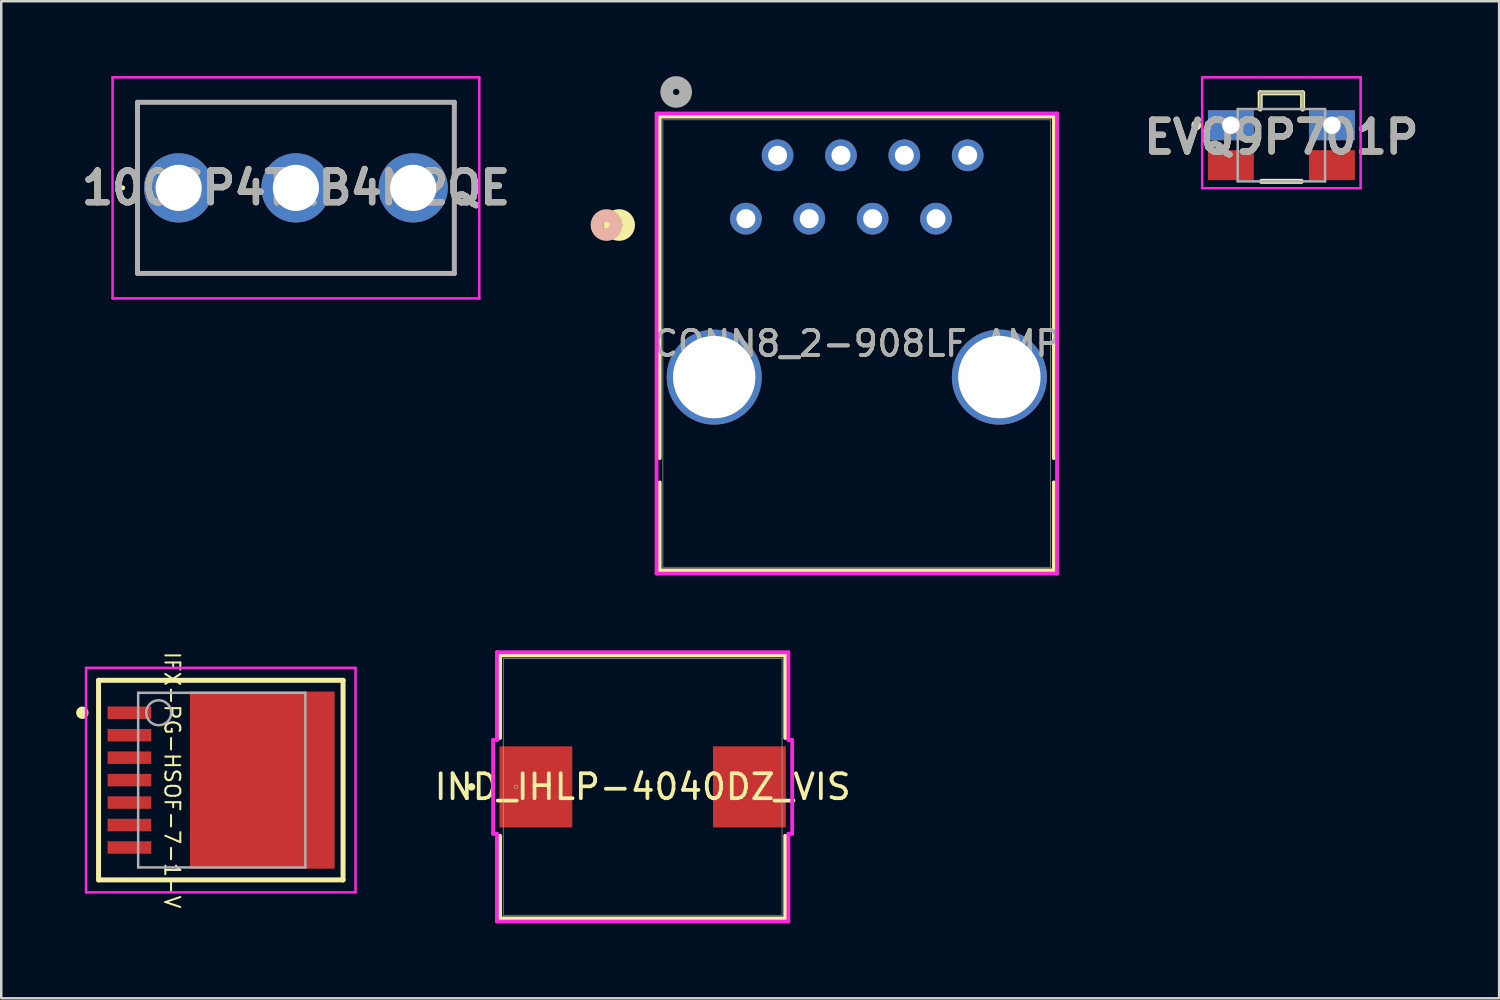
<source format=kicad_pcb>
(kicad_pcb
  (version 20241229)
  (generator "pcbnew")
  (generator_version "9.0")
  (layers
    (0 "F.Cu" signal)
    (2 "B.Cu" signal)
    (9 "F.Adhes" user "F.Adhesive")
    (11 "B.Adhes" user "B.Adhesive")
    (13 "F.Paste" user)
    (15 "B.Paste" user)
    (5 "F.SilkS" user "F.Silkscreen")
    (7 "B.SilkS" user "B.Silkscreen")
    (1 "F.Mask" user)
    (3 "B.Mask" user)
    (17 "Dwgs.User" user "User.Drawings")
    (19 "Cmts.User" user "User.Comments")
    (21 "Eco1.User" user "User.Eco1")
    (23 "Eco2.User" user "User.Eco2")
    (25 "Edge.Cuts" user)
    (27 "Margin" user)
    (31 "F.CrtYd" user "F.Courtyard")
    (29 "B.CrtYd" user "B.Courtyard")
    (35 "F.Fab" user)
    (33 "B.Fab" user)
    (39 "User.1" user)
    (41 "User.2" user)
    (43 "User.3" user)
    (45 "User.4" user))
  (footprint "IFX-PG-HSOF-7-1-V"
    (layer "F.Cu")
    (at 4.8 28.218)
    (property "Reference" "IFX-PG-HSOF-7-1-V" (at -0.95 0 270) (unlocked yes) (layer "F.SilkS") (effects (font (size 0.6 0.6) (thickness 0.08))))
    (fp_poly (pts (xy -0.237 -3.3) (xy 2.462 -3.3) (xy 2.462 -3) (xy 4.312 -3) (xy 4.312 -3.55) (xy 5.562 -3.55) (xy 5.562 3.55) (xy 4.312 3.55) (xy 4.312 3) (xy 2.462 3) (xy 2.462 3.3) (xy -0.237 3.3)) (stroke (width 0) (type default)) (fill yes) (layer "F.Mask"))
    (fp_line (start -3.9 -4) (end 5.9 -4) (stroke (width 0.2) (type solid)) (layer "F.SilkS"))
    (fp_line (start -3.9 4) (end -3.9 -4) (stroke (width 0.2) (type solid)) (layer "F.SilkS"))
    (fp_line (start -3.9 4) (end 5.9 4) (stroke (width 0.2) (type solid)) (layer "F.SilkS"))
    (fp_line (start 5.9 4) (end 5.9 -4) (stroke (width 0.2) (type solid)) (layer "F.SilkS"))
    (fp_circle (center -4.55 -2.7) (end -4.55 -2.825) (stroke (width 0.25) (type solid)) (fill no) (layer "F.SilkS"))
    (fp_poly (pts (xy -3.462 -2.9) (xy -1.863 -2.9) (xy -1.863 -2.5) (xy -3.462 -2.5)) (stroke (width 0) (type default)) (fill yes) (layer "F.Paste"))
    (fp_poly (pts (xy -3.462 -2) (xy -1.863 -2) (xy -1.863 -1.6) (xy -3.462 -1.6)) (stroke (width 0) (type default)) (fill yes) (layer "F.Paste"))
    (fp_poly (pts (xy -3.462 -1.1) (xy -1.863 -1.1) (xy -1.863 -0.7) (xy -3.462 -0.7)) (stroke (width 0) (type default)) (fill yes) (layer "F.Paste"))
    (fp_poly (pts (xy -3.462 -0.2) (xy -1.863 -0.2) (xy -1.863 0.2) (xy -3.462 0.2)) (stroke (width 0) (type default)) (fill yes) (layer "F.Paste"))
    (fp_poly (pts (xy -3.462 0.7) (xy -1.863 0.7) (xy -1.863 1.1) (xy -3.462 1.1)) (stroke (width 0) (type default)) (fill yes) (layer "F.Paste"))
    (fp_poly (pts (xy -3.462 1.6) (xy -1.863 1.6) (xy -1.863 2) (xy -3.462 2)) (stroke (width 0) (type default)) (fill yes) (layer "F.Paste"))
    (fp_poly (pts (xy -3.462 2.5) (xy -1.863 2.5) (xy -1.863 2.9) (xy -3.462 2.9)) (stroke (width 0) (type default)) (fill yes) (layer "F.Paste"))
    (fp_poly (pts (xy 0.938 -0.2) (xy 0.938 -3.2) (xy -0.062 -3.2) (xy -0.062 -0.2)) (stroke (width 0) (type default)) (fill yes) (layer "F.Paste"))
    (fp_poly (pts (xy 0.938 0.2) (xy 0.938 3.2) (xy -0.062 3.2) (xy -0.062 0.2)) (stroke (width 0) (type default)) (fill yes) (layer "F.Paste"))
    (fp_poly (pts (xy 2.438 -0.2) (xy 2.438 -3.2) (xy 1.438 -3.2) (xy 1.438 -0.2)) (stroke (width 0) (type default)) (fill yes) (layer "F.Paste"))
    (fp_poly (pts (xy 2.438 0.2) (xy 2.438 3.2) (xy 1.438 3.2) (xy 1.438 0.2)) (stroke (width 0) (type default)) (fill yes) (layer "F.Paste"))
    (fp_poly (pts (xy 3.938 0.2) (xy 3.938 2.9) (xy 2.938 2.9) (xy 2.938 0.2)) (stroke (width 0) (type default)) (fill yes) (layer "F.Paste"))
    (fp_poly (pts (xy 3.938 -0.2) (xy 3.938 -2.9) (xy 2.938 -2.9) (xy 2.938 -0.2)) (stroke (width 0) (type default)) (fill yes) (layer "F.Paste"))
    (fp_poly (pts (xy 5.438 -3.45) (xy 4.438 -3.45) (xy 4.438 -0.2) (xy 5.438 -0.2)) (stroke (width 0) (type default)) (fill yes) (layer "F.Paste"))
    (fp_poly (pts (xy 5.438 3.45) (xy 4.438 3.45) (xy 4.438 0.2) (xy 5.438 0.2)) (stroke (width 0) (type default)) (fill yes) (layer "F.Paste"))
    (fp_line (start -4.4 -4.5) (end 6.4 -4.5) (stroke (width 0.1) (type solid)) (layer "F.CrtYd"))
    (fp_line (start -4.4 4.5) (end -4.4 -4.5) (stroke (width 0.1) (type solid)) (layer "F.CrtYd"))
    (fp_line (start -4.4 4.5) (end 6.4 4.5) (stroke (width 0.1) (type solid)) (layer "F.CrtYd"))
    (fp_line (start 6.4 4.5) (end 6.4 -4.5) (stroke (width 0.1) (type solid)) (layer "F.CrtYd"))
    (fp_line (start -2.312 -3.5) (end 4.388 -3.5) (stroke (width 0.1) (type solid)) (layer "F.Fab"))
    (fp_line (start -2.312 3.5) (end -2.312 -3.5) (stroke (width 0.1) (type solid)) (layer "F.Fab"))
    (fp_line (start -2.312 3.5) (end 4.388 3.5) (stroke (width 0.1) (type solid)) (layer "F.Fab"))
    (fp_line (start 4.388 3.5) (end 4.388 -3.5) (stroke (width 0.1) (type solid)) (layer "F.Fab"))
    (fp_circle (center -1.488 -2.7) (end -0.988 -2.7) (stroke (width 0.1) (type solid)) (fill no) (layer "F.Fab"))
    (fp_rect (start -3.5 -3.65) (end 5.65 3.65) (stroke (width 0.1) (type default)) (fill no) (layer "User.7"))
    (fp_circle (center -1.488 -2.7) (end -0.988 -2.7) (stroke (width 0.1) (type solid)) (fill no) (layer "User.7"))
    (fp_text user "${REFERENCE}" (at 0.7 0 0) (unlocked yes) (layer "User.5") (effects (font (size 0.6 0.6) (thickness 0.08))))
    (pad "1" smd rect (at -2.663 -2.7 270) (size 0.5 1.75) (layers "F.Cu" "F.Mask" "F.Paste"))
    (pad "2" smd rect (at -2.663 -1.8 270) (size 0.5 1.75) (layers "F.Cu" "F.Mask" "F.Paste"))
    (pad "3" smd rect (at -2.663 -0.9 270) (size 0.5 1.75) (layers "F.Cu" "F.Mask" "F.Paste"))
    (pad "4" smd rect (at -2.663 0 270) (size 0.5 1.75) (layers "F.Cu" "F.Mask" "F.Paste"))
    (pad "5" smd rect (at -2.663 0.9 270) (size 0.5 1.75) (layers "F.Cu" "F.Mask" "F.Paste"))
    (pad "6" smd rect (at -2.663 1.8 270) (size 0.5 1.75) (layers "F.Cu" "F.Mask" "F.Paste"))
    (pad "7" smd rect (at -2.663 2.7 270) (size 0.5 1.75) (layers "F.Cu" "F.Mask" "F.Paste"))
    (pad "8" smd rect (at 2.663 0) (size 5.8 7.1) (layers "F.Cu" "F.Mask" "F.Paste")))
  (footprint "100SP4T1B4M2QE"
    (layer "F.Cu")
    (at 4.111 4.48)
    (property "Reference" "100SP4T1B4M2QE" (at 4.7 0 0) (layer "F.SilkS") (effects (font (size 1.27 1.27) (thickness 0.254))))
    (attr through_hole)
    (fp_line (start -2.3 0) (end -2.3 0) (stroke (width 0.1) (type solid)) (layer "F.SilkS"))
    (fp_line (start -2.2 0) (end -2.2 0) (stroke (width 0.1) (type solid)) (layer "F.SilkS"))
    (fp_line (start -1.65 -3.43) (end 11.05 -3.43) (stroke (width 0.1) (type solid)) (layer "F.SilkS"))
    (fp_line (start -1.65 -1) (end -1.65 -3.43) (stroke (width 0.1) (type solid)) (layer "F.SilkS"))
    (fp_line (start -1.65 1) (end -1.65 3.43) (stroke (width 0.1) (type solid)) (layer "F.SilkS"))
    (fp_line (start -1.65 3.43) (end 11.05 3.43) (stroke (width 0.1) (type solid)) (layer "F.SilkS"))
    (fp_line (start 11.05 -3.43) (end 11.05 -1) (stroke (width 0.1) (type solid)) (layer "F.SilkS"))
    (fp_line (start 11.05 3.43) (end 11.05 1) (stroke (width 0.1) (type solid)) (layer "F.SilkS"))
    (fp_arc (start -2.3 0) (mid -2.25 -0.05) (end -2.2 0) (stroke (width 0.1) (type solid)) (layer "F.SilkS"))
    (fp_arc (start -2.2 0) (mid -2.25 0.05) (end -2.3 0) (stroke (width 0.1) (type solid)) (layer "F.SilkS"))
    (fp_line (start -2.65 -4.43) (end 12.05 -4.43) (stroke (width 0.1) (type solid)) (layer "F.CrtYd"))
    (fp_line (start -2.65 4.43) (end -2.65 -4.43) (stroke (width 0.1) (type solid)) (layer "F.CrtYd"))
    (fp_line (start 12.05 -4.43) (end 12.05 4.43) (stroke (width 0.1) (type solid)) (layer "F.CrtYd"))
    (fp_line (start 12.05 4.43) (end -2.65 4.43) (stroke (width 0.1) (type solid)) (layer "F.CrtYd"))
    (fp_line (start -1.65 -3.43) (end 11.05 -3.43) (stroke (width 0.2) (type solid)) (layer "F.Fab"))
    (fp_line (start -1.65 3.43) (end -1.65 -3.43) (stroke (width 0.2) (type solid)) (layer "F.Fab"))
    (fp_line (start 11.05 -3.43) (end 11.05 3.43) (stroke (width 0.2) (type solid)) (layer "F.Fab"))
    (fp_line (start 11.05 3.43) (end -1.65 3.43) (stroke (width 0.2) (type solid)) (layer "F.Fab"))
    (fp_text user "${REFERENCE}" (at 4.7 0 0) (layer "F.Fab") (effects (font (size 1.27 1.27) (thickness 0.254))))
    (pad "1" thru_hole circle (at 0 0) (size 2.775 2.775) (drill 1.85) (layers "*.Cu" "*.Mask"))
    (pad "2" thru_hole circle (at 4.7 0) (size 2.775 2.775) (drill 1.85) (layers "*.Cu" "*.Mask"))
    (pad "3" thru_hole circle (at 9.4 0) (size 2.775 2.775) (drill 1.85) (layers "*.Cu" "*.Mask")))
  (footprint "EVQ9P701P"
    (layer "F.Cu")
    (at 48.31 1.32)
    (property "Reference" "EVQ9P701P" (at 0 1.125 0) (layer "F.SilkS") (effects (font (size 1.27 1.27) (thickness 0.254))))
    (attr through_hole)
    (fp_line (start -3.412 0.55) (end -3.412 0.55) (stroke (width 0.2) (type solid)) (layer "F.SilkS"))
    (fp_line (start -3.412 0.75) (end -3.412 0.75) (stroke (width 0.2) (type solid)) (layer "F.SilkS"))
    (fp_line (start -0.85 -0.65) (end 0.85 -0.65) (stroke (width 0.2) (type solid)) (layer "F.SilkS"))
    (fp_line (start -0.85 0) (end -0.85 -0.65) (stroke (width 0.2) (type solid)) (layer "F.SilkS"))
    (fp_line (start -0.8 2.9) (end 0.8 2.9) (stroke (width 0.2) (type solid)) (layer "F.SilkS"))
    (fp_line (start 0.85 -0.65) (end 0.85 0) (stroke (width 0.2) (type solid)) (layer "F.SilkS"))
    (fp_arc (start -3.412 0.55) (mid -3.312 0.65) (end -3.412 0.75) (stroke (width 0.2) (type solid)) (layer "F.SilkS"))
    (fp_arc (start -3.412 0.75) (mid -3.512 0.65) (end -3.412 0.55) (stroke (width 0.2) (type solid)) (layer "F.SilkS"))
    (fp_line (start -3.175 -1.27) (end 3.175 -1.27) (stroke (width 0.1) (type solid)) (layer "F.CrtYd"))
    (fp_line (start -3.175 3.175) (end -3.175 -1.27) (stroke (width 0.1) (type solid)) (layer "F.CrtYd"))
    (fp_line (start 3.175 -1.27) (end 3.175 3.175) (stroke (width 0.1) (type solid)) (layer "F.CrtYd"))
    (fp_line (start 3.175 3.175) (end -3.175 3.175) (stroke (width 0.1) (type solid)) (layer "F.CrtYd"))
    (fp_line (start -1.75 0) (end 1.75 0) (stroke (width 0.1) (type solid)) (layer "F.Fab"))
    (fp_line (start -1.75 2.9) (end -1.75 0) (stroke (width 0.1) (type solid)) (layer "F.Fab"))
    (fp_line (start -0.85 -0.65) (end 0.85 -0.65) (stroke (width 0.1) (type solid)) (layer "F.Fab"))
    (fp_line (start -0.85 0) (end -0.85 -0.65) (stroke (width 0.1) (type solid)) (layer "F.Fab"))
    (fp_line (start 0.85 -0.65) (end 0.85 0) (stroke (width 0.1) (type solid)) (layer "F.Fab"))
    (fp_line (start 1.75 0) (end 1.75 2.9) (stroke (width 0.1) (type solid)) (layer "F.Fab"))
    (fp_line (start 1.75 2.9) (end -1.75 2.9) (stroke (width 0.1) (type solid)) (layer "F.Fab"))
    (fp_text user "${REFERENCE}" (at 0 1.125 0) (layer "F.Fab") (effects (font (size 1.27 1.27) (thickness 0.254))))
    (pad "1" smd rect (at -2.025 2.25 90) (size 1.2 1.84) (layers "F.Cu" "F.Mask" "F.Paste"))
    (pad "1" smd rect (at 2.025 2.25 90) (size 1.2 1.84) (layers "F.Cu" "F.Mask" "F.Paste"))
    (pad "2" thru_hole rect (at -2.025 0.65 90) (size 1.2 1.84) (drill 0.7) (layers "*.Cu" "*.Mask" "F.Paste"))
    (pad "2" thru_hole rect (at 2.025 0.65 90) (size 1.2 1.84) (drill 0.7) (layers "*.Cu" "*.Mask" "F.Paste")))
  (footprint "IND_IHLP-4040DZ_VIS"
    (layer "F.Cu")
    (at 22.708 28.489)
    (property "Reference" "IND_IHLP-4040DZ_VIS" (at 0 0 0) (unlocked yes) (layer "F.SilkS") (effects (font (size 1 1) (thickness 0.15))))
    (attr smd)
    (fp_line (start -5.715 -5.271) (end -5.715 -1.958) (stroke (width 0.152) (type solid)) (layer "F.SilkS"))
    (fp_line (start -5.715 1.958) (end -5.715 5.271) (stroke (width 0.152) (type solid)) (layer "F.SilkS"))
    (fp_line (start -5.715 5.271) (end 5.715 5.271) (stroke (width 0.152) (type solid)) (layer "F.SilkS"))
    (fp_line (start 5.715 -5.271) (end -5.715 -5.271) (stroke (width 0.152) (type solid)) (layer "F.SilkS"))
    (fp_line (start 5.715 -1.958) (end 5.715 -5.271) (stroke (width 0.152) (type solid)) (layer "F.SilkS"))
    (fp_line (start 5.715 5.271) (end 5.715 1.958) (stroke (width 0.152) (type solid)) (layer "F.SilkS"))
    (fp_circle (center -6.858 0) (end -6.782 0) (stroke (width 0.152) (type solid)) (fill no) (layer "F.SilkS"))
    (fp_line (start -5.994 -1.88) (end -5.842 -1.88) (stroke (width 0.152) (type solid)) (layer "F.CrtYd"))
    (fp_line (start -5.994 1.88) (end -5.994 -1.88) (stroke (width 0.152) (type solid)) (layer "F.CrtYd"))
    (fp_line (start -5.842 -5.397) (end 5.842 -5.397) (stroke (width 0.152) (type solid)) (layer "F.CrtYd"))
    (fp_line (start -5.842 -1.88) (end -5.842 -5.397) (stroke (width 0.152) (type solid)) (layer "F.CrtYd"))
    (fp_line (start -5.842 1.88) (end -5.994 1.88) (stroke (width 0.152) (type solid)) (layer "F.CrtYd"))
    (fp_line (start -5.842 5.397) (end -5.842 1.88) (stroke (width 0.152) (type solid)) (layer "F.CrtYd"))
    (fp_line (start 5.842 -5.397) (end 5.842 -1.88) (stroke (width 0.152) (type solid)) (layer "F.CrtYd"))
    (fp_line (start 5.842 -1.88) (end 5.994 -1.88) (stroke (width 0.152) (type solid)) (layer "F.CrtYd"))
    (fp_line (start 5.842 1.88) (end 5.842 5.397) (stroke (width 0.152) (type solid)) (layer "F.CrtYd"))
    (fp_line (start 5.842 5.397) (end -5.842 5.397) (stroke (width 0.152) (type solid)) (layer "F.CrtYd"))
    (fp_line (start 5.994 -1.88) (end 5.994 1.88) (stroke (width 0.152) (type solid)) (layer "F.CrtYd"))
    (fp_line (start 5.994 1.88) (end 5.842 1.88) (stroke (width 0.152) (type solid)) (layer "F.CrtYd"))
    (fp_line (start -5.588 -5.144) (end -5.588 5.144) (stroke (width 0.025) (type solid)) (layer "F.Fab"))
    (fp_line (start -5.588 5.144) (end 5.588 5.144) (stroke (width 0.025) (type solid)) (layer "F.Fab"))
    (fp_line (start 5.588 -5.144) (end -5.588 -5.144) (stroke (width 0.025) (type solid)) (layer "F.Fab"))
    (fp_line (start 5.588 5.144) (end 5.588 -5.144) (stroke (width 0.025) (type solid)) (layer "F.Fab"))
    (fp_circle (center -5.08 0) (end -5.004 0) (stroke (width 0.025) (type solid)) (fill no) (layer "F.Fab"))
    (fp_rect (start -5.65 -5.2) (end 5.65 5.2) (stroke (width 0.1) (type default)) (fill no) (layer "User.7"))
    (fp_text user "${REFERENCE}" (at 0 0 0) (layer "User.5") (effects (font (size 0.6 0.6) (thickness 0.08))))
    (pad "1" smd rect (at -4.28 0 90) (size 3.251 2.921) (layers "F.Cu" "F.Mask" "F.Paste"))
    (pad "2" smd rect (at 4.28 0 90) (size 3.251 2.921) (layers "F.Cu" "F.Mask" "F.Paste")))
  (footprint "CONN8_2-908LF_AMP"
    (layer "F.Cu")
    (at 26.846 5.715)
    (property "Reference" "CONN8_2-908LF_AMP" (at 4.445 5.004 0) (unlocked yes) (layer "F.SilkS") (effects (font (size 1 1) (thickness 0.15))))
    (attr through_hole)
    (fp_line (start -3.454 -4.089) (end -3.454 9.598) (stroke (width 0.152) (type solid)) (layer "F.SilkS"))
    (fp_line (start -3.454 10.57) (end -3.454 14.097) (stroke (width 0.152) (type solid)) (layer "F.SilkS"))
    (fp_line (start -3.454 14.097) (end 12.344 14.097) (stroke (width 0.152) (type solid)) (layer "F.SilkS"))
    (fp_line (start 12.344 -4.089) (end -3.454 -4.089) (stroke (width 0.152) (type solid)) (layer "F.SilkS"))
    (fp_line (start 12.344 9.598) (end 12.344 -4.089) (stroke (width 0.152) (type solid)) (layer "F.SilkS"))
    (fp_line (start 12.344 14.097) (end 12.344 10.57) (stroke (width 0.152) (type solid)) (layer "F.SilkS"))
    (fp_circle (center -5.08 0.254) (end -4.699 0.254) (stroke (width 0.508) (type solid)) (fill no) (layer "F.SilkS"))
    (fp_circle (center -5.588 0.254) (end -5.207 0.254) (stroke (width 0.508) (type solid)) (fill no) (layer "B.SilkS"))
    (fp_line (start -3.581 -4.216) (end -3.581 14.224) (stroke (width 0.152) (type solid)) (layer "F.CrtYd"))
    (fp_line (start -3.581 14.224) (end 12.471 14.224) (stroke (width 0.152) (type solid)) (layer "F.CrtYd"))
    (fp_line (start 12.471 -4.216) (end -3.581 -4.216) (stroke (width 0.152) (type solid)) (layer "F.CrtYd"))
    (fp_line (start 12.471 14.224) (end 12.471 -4.216) (stroke (width 0.152) (type solid)) (layer "F.CrtYd"))
    (fp_line (start -3.327 -3.962) (end -3.327 13.97) (stroke (width 0.025) (type solid)) (layer "F.Fab"))
    (fp_line (start -3.327 13.97) (end 12.217 13.97) (stroke (width 0.025) (type solid)) (layer "F.Fab"))
    (fp_line (start 12.217 -3.962) (end -3.327 -3.962) (stroke (width 0.025) (type solid)) (layer "F.Fab"))
    (fp_line (start 12.217 13.97) (end 12.217 -3.962) (stroke (width 0.025) (type solid)) (layer "F.Fab"))
    (fp_circle (center -2.794 -5.08) (end -2.413 -5.08) (stroke (width 0.508) (type solid)) (fill no) (layer "F.Fab"))
    (fp_text user "${REFERENCE}" (at 4.445 5.004 0) (unlocked yes) (layer "F.Fab") (effects (font (size 1 1) (thickness 0.15))))
    (pad "1" thru_hole circle (at 0 0) (size 1.27 1.27) (drill 0.762) (layers "*.Cu" "*.Mask"))
    (pad "2" thru_hole circle (at 1.27 -2.54) (size 1.27 1.27) (drill 0.762) (layers "*.Cu" "*.Mask"))
    (pad "3" thru_hole circle (at 2.54 0) (size 1.27 1.27) (drill 0.762) (layers "*.Cu" "*.Mask"))
    (pad "4" thru_hole circle (at 3.81 -2.54) (size 1.27 1.27) (drill 0.762) (layers "*.Cu" "*.Mask"))
    (pad "5" thru_hole circle (at 5.08 0) (size 1.27 1.27) (drill 0.762) (layers "*.Cu" "*.Mask"))
    (pad "6" thru_hole circle (at 6.35 -2.54) (size 1.27 1.27) (drill 0.762) (layers "*.Cu" "*.Mask"))
    (pad "7" thru_hole circle (at 7.62 0) (size 1.27 1.27) (drill 0.762) (layers "*.Cu" "*.Mask"))
    (pad "8" thru_hole circle (at 8.89 -2.54) (size 1.27 1.27) (drill 0.762) (layers "*.Cu" "*.Mask"))
    (pad "SH" thru_hole circle (at -1.27 6.35 90) (size 3.81 3.81) (drill 3.302) (layers "*.Cu" "*.Mask"))
    (pad "SH" thru_hole circle (at 10.16 6.35 90) (size 3.81 3.81) (drill 3.302) (layers "*.Cu" "*.Mask")))
  (gr_rect
    (start -3 -3)
    (end 57.037 36.963)
    (stroke (width 0.1) (type default))
    (fill no)
    (layer "Edge.Cuts")))
</source>
